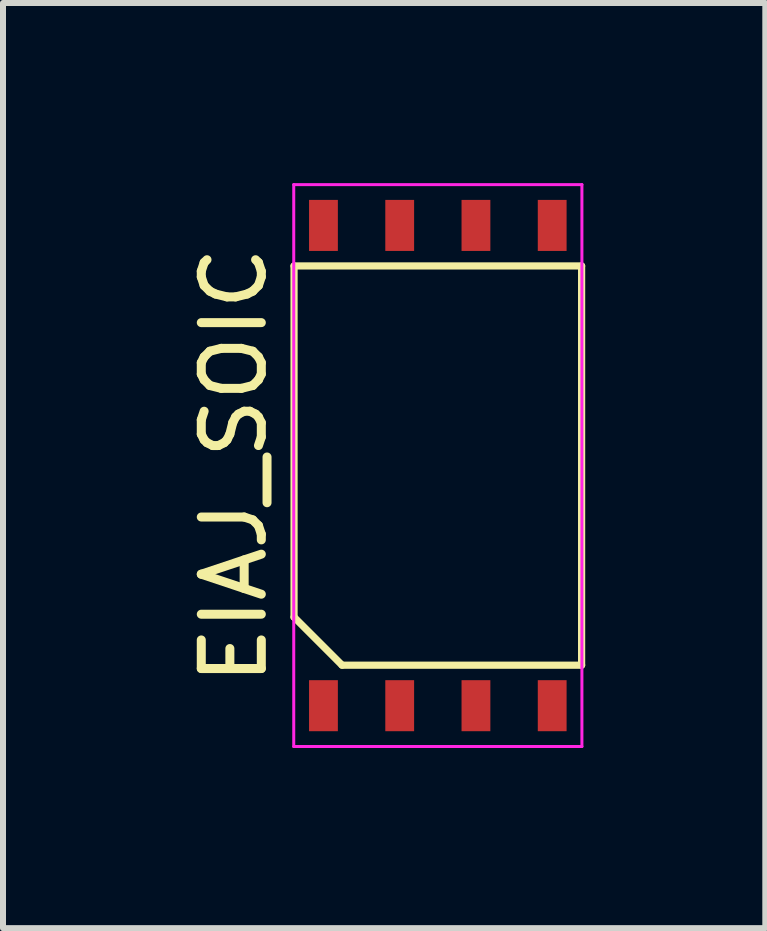
<source format=kicad_pcb>
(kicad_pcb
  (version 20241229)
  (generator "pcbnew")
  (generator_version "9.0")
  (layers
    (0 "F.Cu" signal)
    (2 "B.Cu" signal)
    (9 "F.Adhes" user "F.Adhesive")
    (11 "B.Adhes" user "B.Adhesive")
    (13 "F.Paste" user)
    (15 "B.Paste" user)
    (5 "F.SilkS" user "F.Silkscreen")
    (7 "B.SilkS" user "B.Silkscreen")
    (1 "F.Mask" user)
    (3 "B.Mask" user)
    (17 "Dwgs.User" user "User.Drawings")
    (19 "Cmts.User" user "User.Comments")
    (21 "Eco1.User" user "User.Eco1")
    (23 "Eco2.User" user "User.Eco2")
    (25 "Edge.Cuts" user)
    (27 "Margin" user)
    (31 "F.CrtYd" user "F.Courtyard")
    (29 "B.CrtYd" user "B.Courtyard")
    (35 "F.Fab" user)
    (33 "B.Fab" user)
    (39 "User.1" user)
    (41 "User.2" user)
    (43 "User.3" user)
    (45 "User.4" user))
  (footprint "EIAJ_SOIC"
    (layer "F.Cu")
    (at 4.243 4.705)
    (property "Reference" "EIAJ_SOIC" (at -3.395 0 90) (layer "F.SilkS") (effects (font (size 1 1) (thickness 0.15))))
    (attr smd)
    (fp_line (start -2.395 -3.325) (end 2.395 -3.325) (stroke (width 0.12) (type solid)) (layer "F.SilkS"))
    (fp_line (start -2.395 2.525) (end -2.395 -3.325) (stroke (width 0.12) (type solid)) (layer "F.SilkS"))
    (fp_line (start -1.595 3.325) (end -2.395 2.525) (stroke (width 0.12) (type solid)) (layer "F.SilkS"))
    (fp_line (start 2.395 -3.325) (end 2.395 3.325) (stroke (width 0.12) (type solid)) (layer "F.SilkS"))
    (fp_line (start 2.395 3.325) (end -1.595 3.325) (stroke (width 0.12) (type solid)) (layer "F.SilkS"))
    (fp_line (start -2.4 -4.68) (end 2.4 -4.68) (stroke (width 0.05) (type solid)) (layer "F.CrtYd"))
    (fp_line (start -2.4 4.68) (end -2.4 -4.68) (stroke (width 0.05) (type solid)) (layer "F.CrtYd"))
    (fp_line (start 2.4 -4.68) (end 2.4 4.68) (stroke (width 0.05) (type solid)) (layer "F.CrtYd"))
    (fp_line (start 2.4 4.68) (end -2.4 4.68) (stroke (width 0.05) (type solid)) (layer "F.CrtYd"))
    (pad "1" smd rect (at -1.905 4) (size 0.48 0.85) (layers "F.Cu" "F.Mask" "F.Paste"))
    (pad "2" smd rect (at -0.635 4) (size 0.48 0.85) (layers "F.Cu" "F.Mask" "F.Paste"))
    (pad "3" smd rect (at 0.635 4) (size 0.48 0.85) (layers "F.Cu" "F.Mask" "F.Paste"))
    (pad "4" smd rect (at 1.905 4) (size 0.48 0.85) (layers "F.Cu" "F.Mask" "F.Paste"))
    (pad "5" smd rect (at 1.905 -4) (size 0.48 0.85) (layers "F.Cu" "F.Mask" "F.Paste"))
    (pad "6" smd rect (at 0.635 -4) (size 0.48 0.85) (layers "F.Cu" "F.Mask" "F.Paste"))
    (pad "7" smd rect (at -0.635 -4) (size 0.48 0.85) (layers "F.Cu" "F.Mask" "F.Paste"))
    (pad "8" smd rect (at -1.905 -4) (size 0.48 0.85) (layers "F.Cu" "F.Mask" "F.Paste")))
  (gr_rect
    (start -3 -3)
    (end 9.698 12.41)
    (stroke (width 0.1) (type default))
    (fill no)
    (layer "Edge.Cuts")))
</source>
